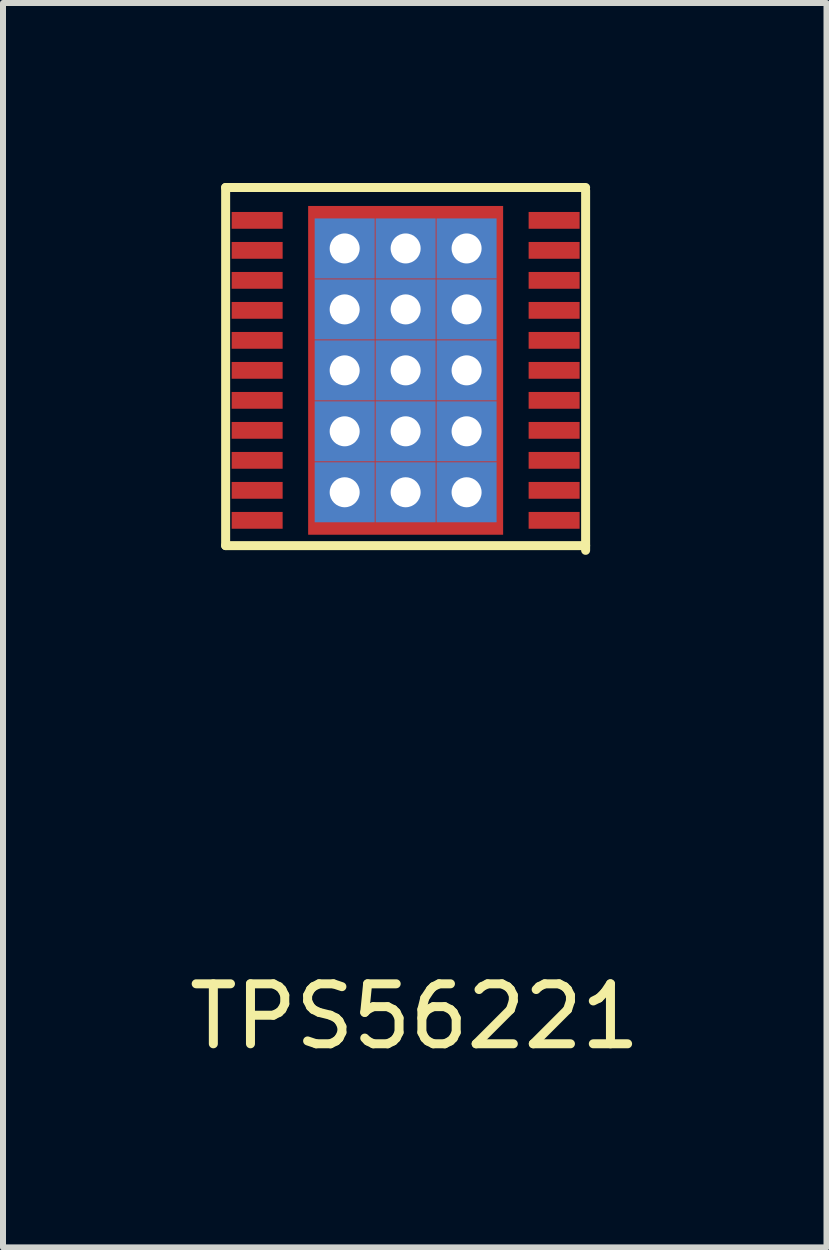
<source format=kicad_pcb>
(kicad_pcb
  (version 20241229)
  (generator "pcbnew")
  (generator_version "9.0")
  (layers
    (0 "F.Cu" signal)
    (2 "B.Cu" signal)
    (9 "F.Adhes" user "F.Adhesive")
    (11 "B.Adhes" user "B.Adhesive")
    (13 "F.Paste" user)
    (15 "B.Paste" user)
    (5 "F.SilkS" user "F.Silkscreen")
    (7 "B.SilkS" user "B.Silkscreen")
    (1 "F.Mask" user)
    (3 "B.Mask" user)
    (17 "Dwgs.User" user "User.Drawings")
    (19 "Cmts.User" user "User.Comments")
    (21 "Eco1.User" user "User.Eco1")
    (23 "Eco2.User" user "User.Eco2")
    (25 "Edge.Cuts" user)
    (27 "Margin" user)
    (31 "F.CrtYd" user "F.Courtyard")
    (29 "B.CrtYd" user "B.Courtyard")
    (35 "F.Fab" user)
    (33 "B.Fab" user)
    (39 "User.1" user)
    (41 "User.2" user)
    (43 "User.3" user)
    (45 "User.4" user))
  (footprint "TPS56221"
    (layer "F.Cu")
    (at 3.711 3.123)
    (property "Reference" "TPS56221" (at 0.152 10.77 0) (layer "F.SilkS") (effects (font (size 1 1) (thickness 0.15))))
    (attr through_hole)
    (fp_line (start -3 -3.048) (end -3 2.921) (stroke (width 0.15) (type solid)) (layer "F.SilkS"))
    (fp_line (start -3 2.921) (end 3 2.921) (stroke (width 0.15) (type solid)) (layer "F.SilkS"))
    (fp_line (start 3 -3.048) (end -3 -3.048) (stroke (width 0.15) (type solid)) (layer "F.SilkS"))
    (fp_line (start 3 3) (end 3 -3) (stroke (width 0.15) (type solid)) (layer "F.SilkS"))
    (pad "1" smd rect (at -2.475 -2.5) (size 0.85 0.28) (layers "F.Cu" "F.Mask" "F.Paste"))
    (pad "2" smd rect (at -2.475 -2) (size 0.85 0.28) (layers "F.Cu" "F.Mask" "F.Paste"))
    (pad "3" smd rect (at -2.475 -1.5) (size 0.85 0.28) (layers "F.Cu" "F.Mask" "F.Paste"))
    (pad "4" smd rect (at -2.475 -1) (size 0.85 0.28) (layers "F.Cu" "F.Mask" "F.Paste"))
    (pad "5" smd rect (at -2.475 -0.5) (size 0.85 0.28) (layers "F.Cu" "F.Mask" "F.Paste"))
    (pad "6" smd rect (at -2.475 0) (size 0.85 0.28) (layers "F.Cu" "F.Mask" "F.Paste"))
    (pad "7" smd rect (at -2.475 0.5) (size 0.85 0.28) (layers "F.Cu" "F.Mask" "F.Paste"))
    (pad "8" smd rect (at -2.475 1) (size 0.85 0.28) (layers "F.Cu" "F.Mask" "F.Paste"))
    (pad "9" smd rect (at -2.475 1.5) (size 0.85 0.28) (layers "F.Cu" "F.Mask" "F.Paste"))
    (pad "10" smd rect (at -2.475 2) (size 0.85 0.28) (layers "F.Cu" "F.Mask" "F.Paste"))
    (pad "11" smd rect (at -2.475 2.5) (size 0.85 0.28) (layers "F.Cu" "F.Mask" "F.Paste"))
    (pad "12" smd rect (at 2.475 -2.5) (size 0.85 0.28) (layers "F.Cu" "F.Mask" "F.Paste"))
    (pad "13" smd rect (at 2.475 -2) (size 0.85 0.28) (layers "F.Cu" "F.Mask" "F.Paste"))
    (pad "14" smd rect (at 2.475 -1.5) (size 0.85 0.28) (layers "F.Cu" "F.Mask" "F.Paste"))
    (pad "15" smd rect (at 2.475 -1) (size 0.85 0.28) (layers "F.Cu" "F.Mask" "F.Paste"))
    (pad "16" smd rect (at 2.475 -0.5) (size 0.85 0.28) (layers "F.Cu" "F.Mask" "F.Paste"))
    (pad "17" smd rect (at 2.475 0) (size 0.85 0.28) (layers "F.Cu" "F.Mask" "F.Paste"))
    (pad "18" smd rect (at 2.475 0.5) (size 0.85 0.28) (layers "F.Cu" "F.Mask" "F.Paste"))
    (pad "19" smd rect (at 2.475 1) (size 0.85 0.28) (layers "F.Cu" "F.Mask" "F.Paste"))
    (pad "20" smd rect (at 2.475 1.5) (size 0.85 0.28) (layers "F.Cu" "F.Mask" "F.Paste"))
    (pad "21" smd rect (at 2.475 2) (size 0.85 0.28) (layers "F.Cu" "F.Mask" "F.Paste"))
    (pad "22" smd rect (at 2.475 2.5) (size 0.85 0.28) (layers "F.Cu" "F.Mask" "F.Paste"))
    (pad "23" thru_hole rect (at -1.016 -2.032) (size 1 1) (drill 0.5) (layers "*.Cu" "*.Mask"))
    (pad "23" thru_hole rect (at -1.016 -1.016) (size 1 1) (drill 0.5) (layers "*.Cu" "*.Mask"))
    (pad "23" thru_hole rect (at -1.016 0) (size 1 1) (drill 0.5) (layers "*.Cu" "*.Mask"))
    (pad "23" thru_hole rect (at -1.016 1.016) (size 1 1) (drill 0.5) (layers "*.Cu" "*.Mask"))
    (pad "23" thru_hole rect (at -1.016 2.032) (size 1 1) (drill 0.5) (layers "*.Cu" "*.Mask"))
    (pad "23" thru_hole rect (at 0 -2.032) (size 1 1) (drill 0.5) (layers "*.Cu" "*.Mask"))
    (pad "23" thru_hole rect (at 0 -1.016) (size 1 1) (drill 0.5) (layers "*.Cu" "*.Mask"))
    (pad "23" thru_hole rect (at 0 0) (size 1 1) (drill 0.5) (layers "*.Cu" "*.Mask"))
    (pad "23" smd rect (at 0 0) (size 3.25 5.48) (layers "F.Cu" "F.Mask" "F.Paste"))
    (pad "23" thru_hole rect (at 0 1.016) (size 1 1) (drill 0.5) (layers "*.Cu" "*.Mask"))
    (pad "23" thru_hole rect (at 0 2.032) (size 1 1) (drill 0.5) (layers "*.Cu" "*.Mask"))
    (pad "23" thru_hole rect (at 1.016 -2.032) (size 1 1) (drill 0.5) (layers "*.Cu" "*.Mask"))
    (pad "23" thru_hole rect (at 1.016 -1.016) (size 1 1) (drill 0.5) (layers "*.Cu" "*.Mask"))
    (pad "23" thru_hole rect (at 1.016 0) (size 1 1) (drill 0.5) (layers "*.Cu" "*.Mask"))
    (pad "23" thru_hole rect (at 1.016 1.016) (size 1 1) (drill 0.5) (layers "*.Cu" "*.Mask"))
    (pad "23" thru_hole rect (at 1.016 2.032) (size 1 1) (drill 0.5) (layers "*.Cu" "*.Mask")))
  (gr_rect
    (start -3 -3)
    (end 10.726 17.741)
    (stroke (width 0.1) (type default))
    (fill no)
    (layer "Edge.Cuts")))
</source>
